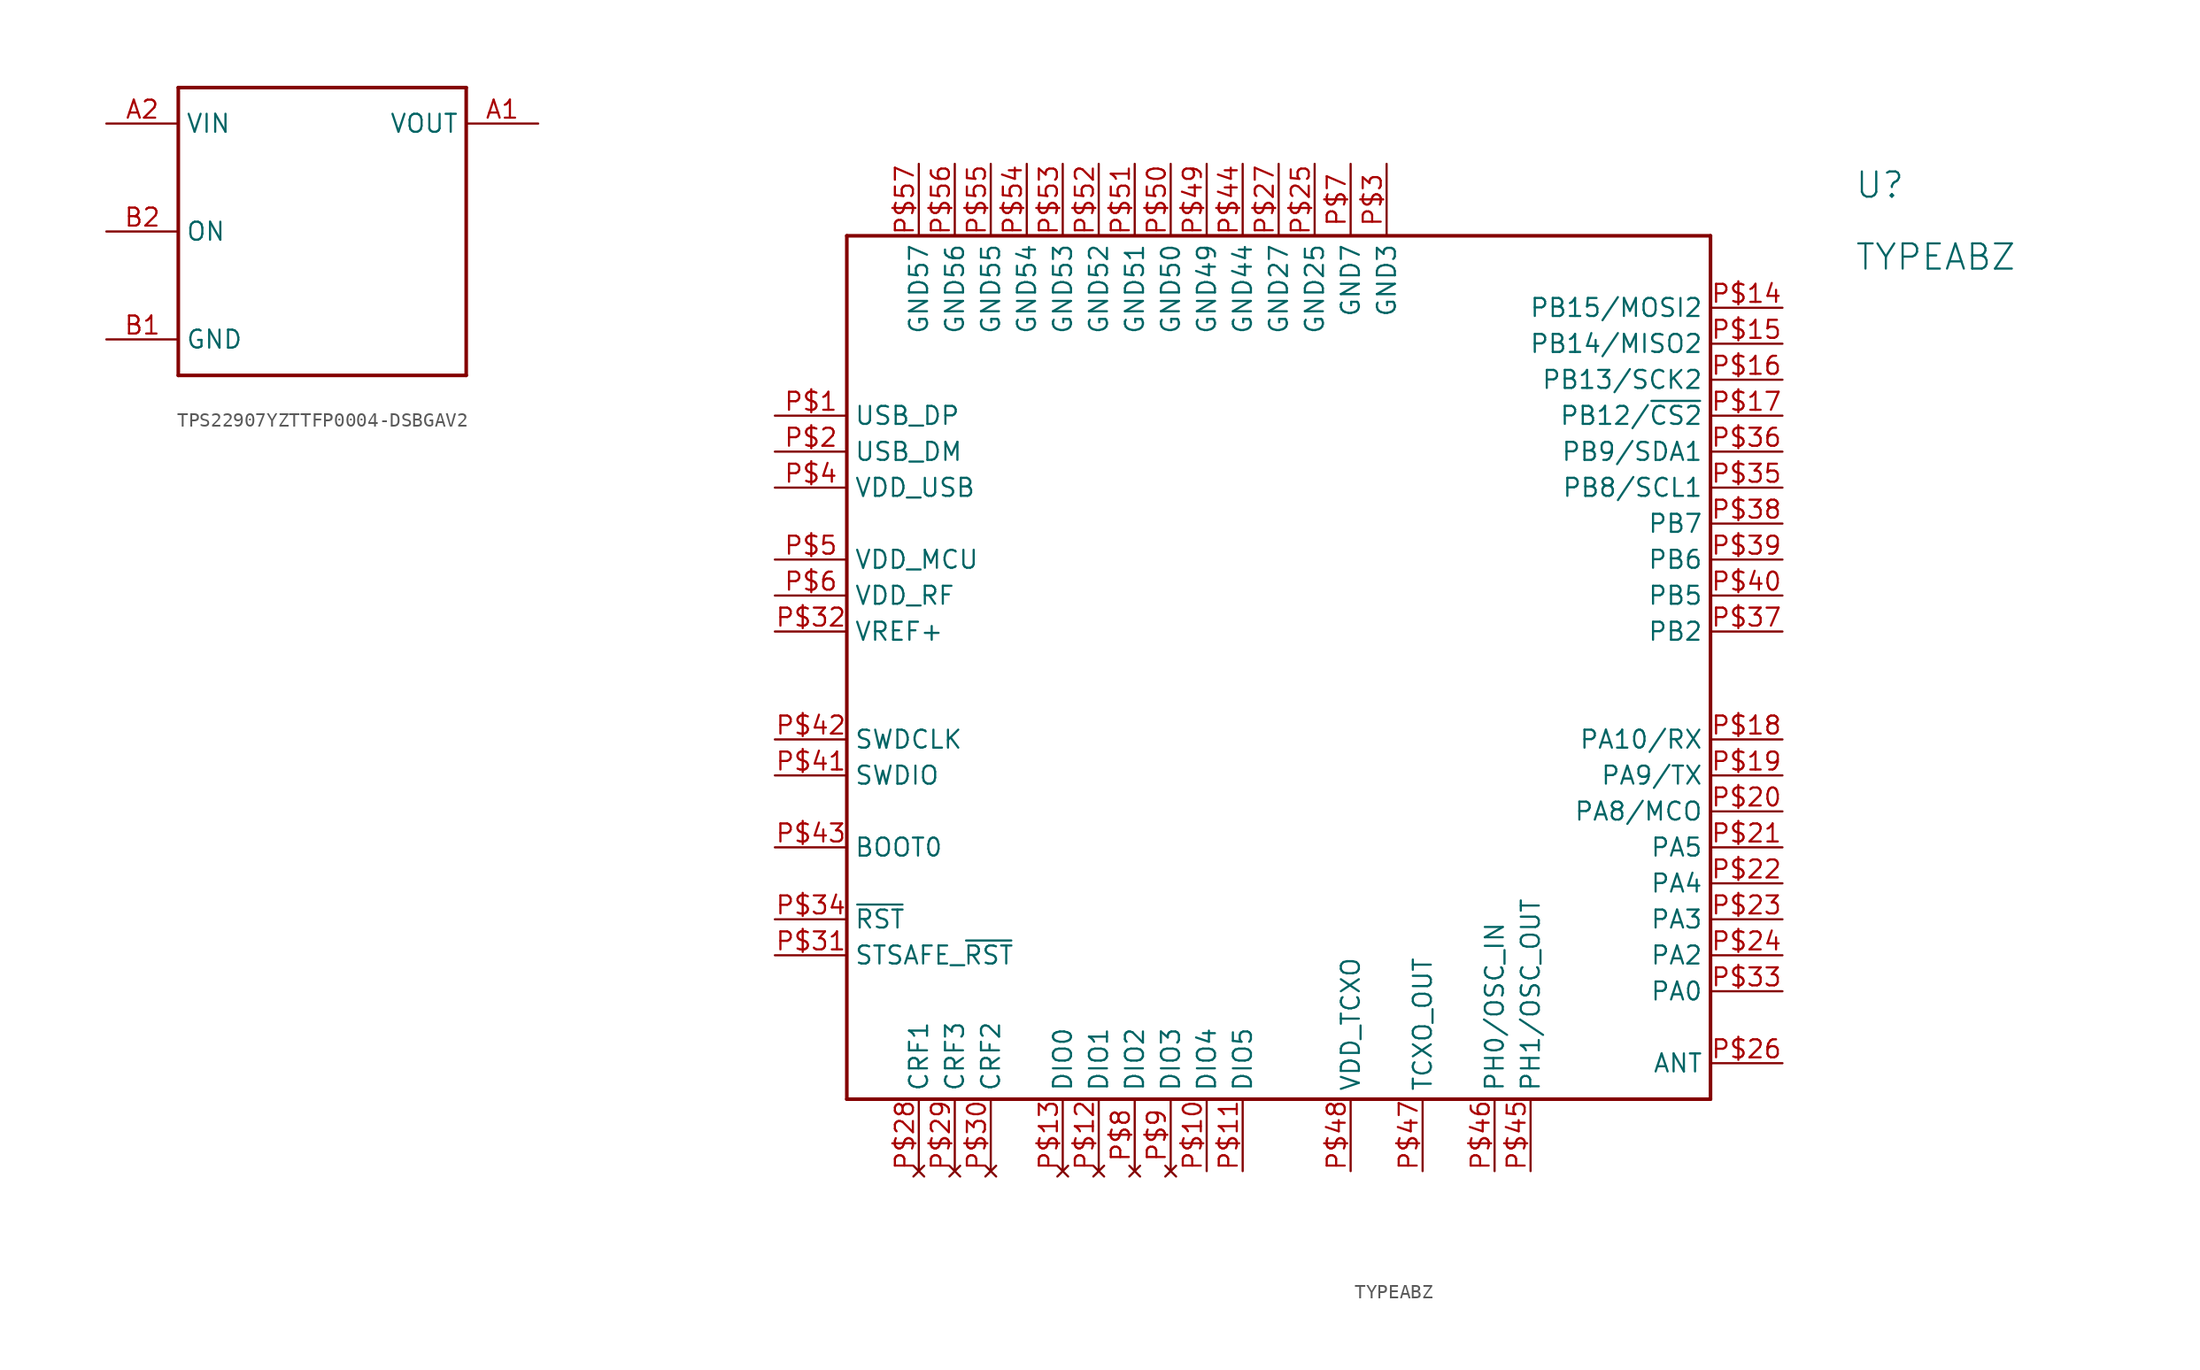
<source format=kicad_sym>
(kicad_symbol_lib
  (version 20211014)
  (generator kicad_symbol_editor)
  (symbol "TPS22907YZTTFP0004-DSBGAV2"
    (property "Reference" ""
      (at 0 0 0)
      (effects (font (size 1.27 1.27)) hide))
    (property "ki_locked" ""
      (at 0 0 0)
      (effects (font (size 1.27 1.27))))
    (symbol "TPS22907YZTTFP0004-DSBGAV2_1_0"
      (polyline (pts (xy -10.16 -10.16) (xy 10.16 -10.16)) (stroke (width 0.254) (type default) (color 0 0 0 0)) (fill (type none)))
      (polyline (pts (xy -10.16 10.16) (xy -10.16 -10.16)) (stroke (width 0.254) (type default) (color 0 0 0 0)) (fill (type none)))
      (polyline (pts (xy 10.16 -10.16) (xy 10.16 10.16)) (stroke (width 0.254) (type default) (color 0 0 0 0)) (fill (type none)))
      (polyline (pts (xy 10.16 10.16) (xy -10.16 10.16)) (stroke (width 0.254) (type default) (color 0 0 0 0)) (fill (type none)))
      (pin bidirectional line (at 15.24 7.62 180) (length 5.08) (name "VOUT" (effects (font (size 1.27 1.27)))) (number "A1" (effects (font (size 1.27 1.27)))))
      (pin bidirectional line (at -15.24 7.62 0) (length 5.08) (name "VIN" (effects (font (size 1.27 1.27)))) (number "A2" (effects (font (size 1.27 1.27)))))
      (pin bidirectional line (at -15.24 -7.62 0) (length 5.08) (name "GND" (effects (font (size 1.27 1.27)))) (number "B1" (effects (font (size 1.27 1.27)))))
      (pin bidirectional line (at -15.24 0 0) (length 5.08) (name "ON" (effects (font (size 1.27 1.27)))) (number "B2" (effects (font (size 1.27 1.27)))))))
  (symbol "TYPEABZ"
    (property "Reference" "U"
      (at 40.64 33.02 0)
      (effects (font (size 1.778 1.778)) (justify left bottom)))
    (property "Value" "TYPEABZ"
      (at 40.64 27.94 0)
      (effects (font (size 1.778 1.778)) (justify left bottom)))
    (property "ki_locked" ""
      (at 0 0 0)
      (effects (font (size 1.27 1.27))))
    (symbol "TYPEABZ_1_0"
      (polyline (pts (xy -30.48 -30.48) (xy -30.48 30.48)) (stroke (width 0.254) (type default) (color 0 0 0 0)) (fill (type none)))
      (polyline (pts (xy -30.48 30.48) (xy 30.48 30.48)) (stroke (width 0.254) (type default) (color 0 0 0 0)) (fill (type none)))
      (polyline (pts (xy 30.48 -30.48) (xy -30.48 -30.48)) (stroke (width 0.254) (type default) (color 0 0 0 0)) (fill (type none)))
      (polyline (pts (xy 30.48 30.48) (xy 30.48 -30.48)) (stroke (width 0.254) (type default) (color 0 0 0 0)) (fill (type none)))
      (pin bidirectional line (at -35.56 17.78 0) (length 5.08) (name "USB_DP" (effects (font (size 1.27 1.27)))) (number "P$1" (effects (font (size 1.27 1.27)))))
      (pin bidirectional line (at -5.08 -35.56 90) (length 5.08) (name "DIO4" (effects (font (size 1.27 1.27)))) (number "P$10" (effects (font (size 1.27 1.27)))))
      (pin bidirectional line (at -2.54 -35.56 90) (length 5.08) (name "DIO5" (effects (font (size 1.27 1.27)))) (number "P$11" (effects (font (size 1.27 1.27)))))
      (pin no_connect line (at -12.7 -35.56 90) (length 5.08) (name "DIO1" (effects (font (size 1.27 1.27)))) (number "P$12" (effects (font (size 1.27 1.27)))))
      (pin no_connect line (at -15.24 -35.56 90) (length 5.08) (name "DIO0" (effects (font (size 1.27 1.27)))) (number "P$13" (effects (font (size 1.27 1.27)))))
      (pin bidirectional line (at 35.56 25.4 180) (length 5.08) (name "PB15/MOSI2" (effects (font (size 1.27 1.27)))) (number "P$14" (effects (font (size 1.27 1.27)))))
      (pin bidirectional line (at 35.56 22.86 180) (length 5.08) (name "PB14/MISO2" (effects (font (size 1.27 1.27)))) (number "P$15" (effects (font (size 1.27 1.27)))))
      (pin bidirectional line (at 35.56 20.32 180) (length 5.08) (name "PB13/SCK2" (effects (font (size 1.27 1.27)))) (number "P$16" (effects (font (size 1.27 1.27)))))
      (pin bidirectional line (at 35.56 17.78 180) (length 5.08) (name "PB12/~{CS2}" (effects (font (size 1.27 1.27)))) (number "P$17" (effects (font (size 1.27 1.27)))))
      (pin bidirectional line (at 35.56 -5.08 180) (length 5.08) (name "PA10/RX" (effects (font (size 1.27 1.27)))) (number "P$18" (effects (font (size 1.27 1.27)))))
      (pin bidirectional line (at 35.56 -7.62 180) (length 5.08) (name "PA9/TX" (effects (font (size 1.27 1.27)))) (number "P$19" (effects (font (size 1.27 1.27)))))
      (pin bidirectional line (at -35.56 15.24 0) (length 5.08) (name "USB_DM" (effects (font (size 1.27 1.27)))) (number "P$2" (effects (font (size 1.27 1.27)))))
      (pin bidirectional line (at 35.56 -10.16 180) (length 5.08) (name "PA8/MCO" (effects (font (size 1.27 1.27)))) (number "P$20" (effects (font (size 1.27 1.27)))))
      (pin bidirectional line (at 35.56 -12.7 180) (length 5.08) (name "PA5" (effects (font (size 1.27 1.27)))) (number "P$21" (effects (font (size 1.27 1.27)))))
      (pin bidirectional line (at 35.56 -15.24 180) (length 5.08) (name "PA4" (effects (font (size 1.27 1.27)))) (number "P$22" (effects (font (size 1.27 1.27)))))
      (pin bidirectional line (at 35.56 -17.78 180) (length 5.08) (name "PA3" (effects (font (size 1.27 1.27)))) (number "P$23" (effects (font (size 1.27 1.27)))))
      (pin bidirectional line (at 35.56 -20.32 180) (length 5.08) (name "PA2" (effects (font (size 1.27 1.27)))) (number "P$24" (effects (font (size 1.27 1.27)))))
      (pin power_in line (at 2.54 35.56 270) (length 5.08) (name "GND25" (effects (font (size 1.27 1.27)))) (number "P$25" (effects (font (size 1.27 1.27)))))
      (pin bidirectional line (at 35.56 -27.94 180) (length 5.08) (name "ANT" (effects (font (size 1.27 1.27)))) (number "P$26" (effects (font (size 1.27 1.27)))))
      (pin power_in line (at 0 35.56 270) (length 5.08) (name "GND27" (effects (font (size 1.27 1.27)))) (number "P$27" (effects (font (size 1.27 1.27)))))
      (pin no_connect line (at -25.4 -35.56 90) (length 5.08) (name "CRF1" (effects (font (size 1.27 1.27)))) (number "P$28" (effects (font (size 1.27 1.27)))))
      (pin no_connect line (at -22.86 -35.56 90) (length 5.08) (name "CRF3" (effects (font (size 1.27 1.27)))) (number "P$29" (effects (font (size 1.27 1.27)))))
      (pin power_in line (at 7.62 35.56 270) (length 5.08) (name "GND3" (effects (font (size 1.27 1.27)))) (number "P$3" (effects (font (size 1.27 1.27)))))
      (pin no_connect line (at -20.32 -35.56 90) (length 5.08) (name "CRF2" (effects (font (size 1.27 1.27)))) (number "P$30" (effects (font (size 1.27 1.27)))))
      (pin bidirectional line (at -35.56 -20.32 0) (length 5.08) (name "STSAFE_~{RST}" (effects (font (size 1.27 1.27)))) (number "P$31" (effects (font (size 1.27 1.27)))))
      (pin power_in line (at -35.56 2.54 0) (length 5.08) (name "VREF+" (effects (font (size 1.27 1.27)))) (number "P$32" (effects (font (size 1.27 1.27)))))
      (pin bidirectional line (at 35.56 -22.86 180) (length 5.08) (name "PA0" (effects (font (size 1.27 1.27)))) (number "P$33" (effects (font (size 1.27 1.27)))))
      (pin bidirectional line (at -35.56 -17.78 0) (length 5.08) (name "~{RST}" (effects (font (size 1.27 1.27)))) (number "P$34" (effects (font (size 1.27 1.27)))))
      (pin bidirectional line (at 35.56 12.7 180) (length 5.08) (name "PB8/SCL1" (effects (font (size 1.27 1.27)))) (number "P$35" (effects (font (size 1.27 1.27)))))
      (pin bidirectional line (at 35.56 15.24 180) (length 5.08) (name "PB9/SDA1" (effects (font (size 1.27 1.27)))) (number "P$36" (effects (font (size 1.27 1.27)))))
      (pin bidirectional line (at 35.56 2.54 180) (length 5.08) (name "PB2" (effects (font (size 1.27 1.27)))) (number "P$37" (effects (font (size 1.27 1.27)))))
      (pin bidirectional line (at 35.56 10.16 180) (length 5.08) (name "PB7" (effects (font (size 1.27 1.27)))) (number "P$38" (effects (font (size 1.27 1.27)))))
      (pin bidirectional line (at 35.56 7.62 180) (length 5.08) (name "PB6" (effects (font (size 1.27 1.27)))) (number "P$39" (effects (font (size 1.27 1.27)))))
      (pin power_in line (at -35.56 12.7 0) (length 5.08) (name "VDD_USB" (effects (font (size 1.27 1.27)))) (number "P$4" (effects (font (size 1.27 1.27)))))
      (pin bidirectional line (at 35.56 5.08 180) (length 5.08) (name "PB5" (effects (font (size 1.27 1.27)))) (number "P$40" (effects (font (size 1.27 1.27)))))
      (pin bidirectional line (at -35.56 -7.62 0) (length 5.08) (name "SWDIO" (effects (font (size 1.27 1.27)))) (number "P$41" (effects (font (size 1.27 1.27)))))
      (pin bidirectional line (at -35.56 -5.08 0) (length 5.08) (name "SWDCLK" (effects (font (size 1.27 1.27)))) (number "P$42" (effects (font (size 1.27 1.27)))))
      (pin bidirectional line (at -35.56 -12.7 0) (length 5.08) (name "BOOT0" (effects (font (size 1.27 1.27)))) (number "P$43" (effects (font (size 1.27 1.27)))))
      (pin power_in line (at -2.54 35.56 270) (length 5.08) (name "GND44" (effects (font (size 1.27 1.27)))) (number "P$44" (effects (font (size 1.27 1.27)))))
      (pin bidirectional line (at 17.78 -35.56 90) (length 5.08) (name "PH1/OSC_OUT" (effects (font (size 1.27 1.27)))) (number "P$45" (effects (font (size 1.27 1.27)))))
      (pin bidirectional line (at 15.24 -35.56 90) (length 5.08) (name "PH0/OSC_IN" (effects (font (size 1.27 1.27)))) (number "P$46" (effects (font (size 1.27 1.27)))))
      (pin bidirectional line (at 10.16 -35.56 90) (length 5.08) (name "TCXO_OUT" (effects (font (size 1.27 1.27)))) (number "P$47" (effects (font (size 1.27 1.27)))))
      (pin power_in line (at 5.08 -35.56 90) (length 5.08) (name "VDD_TCXO" (effects (font (size 1.27 1.27)))) (number "P$48" (effects (font (size 1.27 1.27)))))
      (pin power_in line (at -5.08 35.56 270) (length 5.08) (name "GND49" (effects (font (size 1.27 1.27)))) (number "P$49" (effects (font (size 1.27 1.27)))))
      (pin power_in line (at -35.56 7.62 0) (length 5.08) (name "VDD_MCU" (effects (font (size 1.27 1.27)))) (number "P$5" (effects (font (size 1.27 1.27)))))
      (pin power_in line (at -7.62 35.56 270) (length 5.08) (name "GND50" (effects (font (size 1.27 1.27)))) (number "P$50" (effects (font (size 1.27 1.27)))))
      (pin power_in line (at -10.16 35.56 270) (length 5.08) (name "GND51" (effects (font (size 1.27 1.27)))) (number "P$51" (effects (font (size 1.27 1.27)))))
      (pin power_in line (at -12.7 35.56 270) (length 5.08) (name "GND52" (effects (font (size 1.27 1.27)))) (number "P$52" (effects (font (size 1.27 1.27)))))
      (pin power_in line (at -15.24 35.56 270) (length 5.08) (name "GND53" (effects (font (size 1.27 1.27)))) (number "P$53" (effects (font (size 1.27 1.27)))))
      (pin power_in line (at -17.78 35.56 270) (length 5.08) (name "GND54" (effects (font (size 1.27 1.27)))) (number "P$54" (effects (font (size 1.27 1.27)))))
      (pin power_in line (at -20.32 35.56 270) (length 5.08) (name "GND55" (effects (font (size 1.27 1.27)))) (number "P$55" (effects (font (size 1.27 1.27)))))
      (pin power_in line (at -22.86 35.56 270) (length 5.08) (name "GND56" (effects (font (size 1.27 1.27)))) (number "P$56" (effects (font (size 1.27 1.27)))))
      (pin power_in line (at -25.4 35.56 270) (length 5.08) (name "GND57" (effects (font (size 1.27 1.27)))) (number "P$57" (effects (font (size 1.27 1.27)))))
      (pin power_in line (at -35.56 5.08 0) (length 5.08) (name "VDD_RF" (effects (font (size 1.27 1.27)))) (number "P$6" (effects (font (size 1.27 1.27)))))
      (pin power_in line (at 5.08 35.56 270) (length 5.08) (name "GND7" (effects (font (size 1.27 1.27)))) (number "P$7" (effects (font (size 1.27 1.27)))))
      (pin no_connect line (at -10.16 -35.56 90) (length 5.08) (name "DIO2" (effects (font (size 1.27 1.27)))) (number "P$8" (effects (font (size 1.27 1.27)))))
      (pin no_connect line (at -7.62 -35.56 90) (length 5.08) (name "DIO3" (effects (font (size 1.27 1.27)))) (number "P$9" (effects (font (size 1.27 1.27))))))))
</source>
